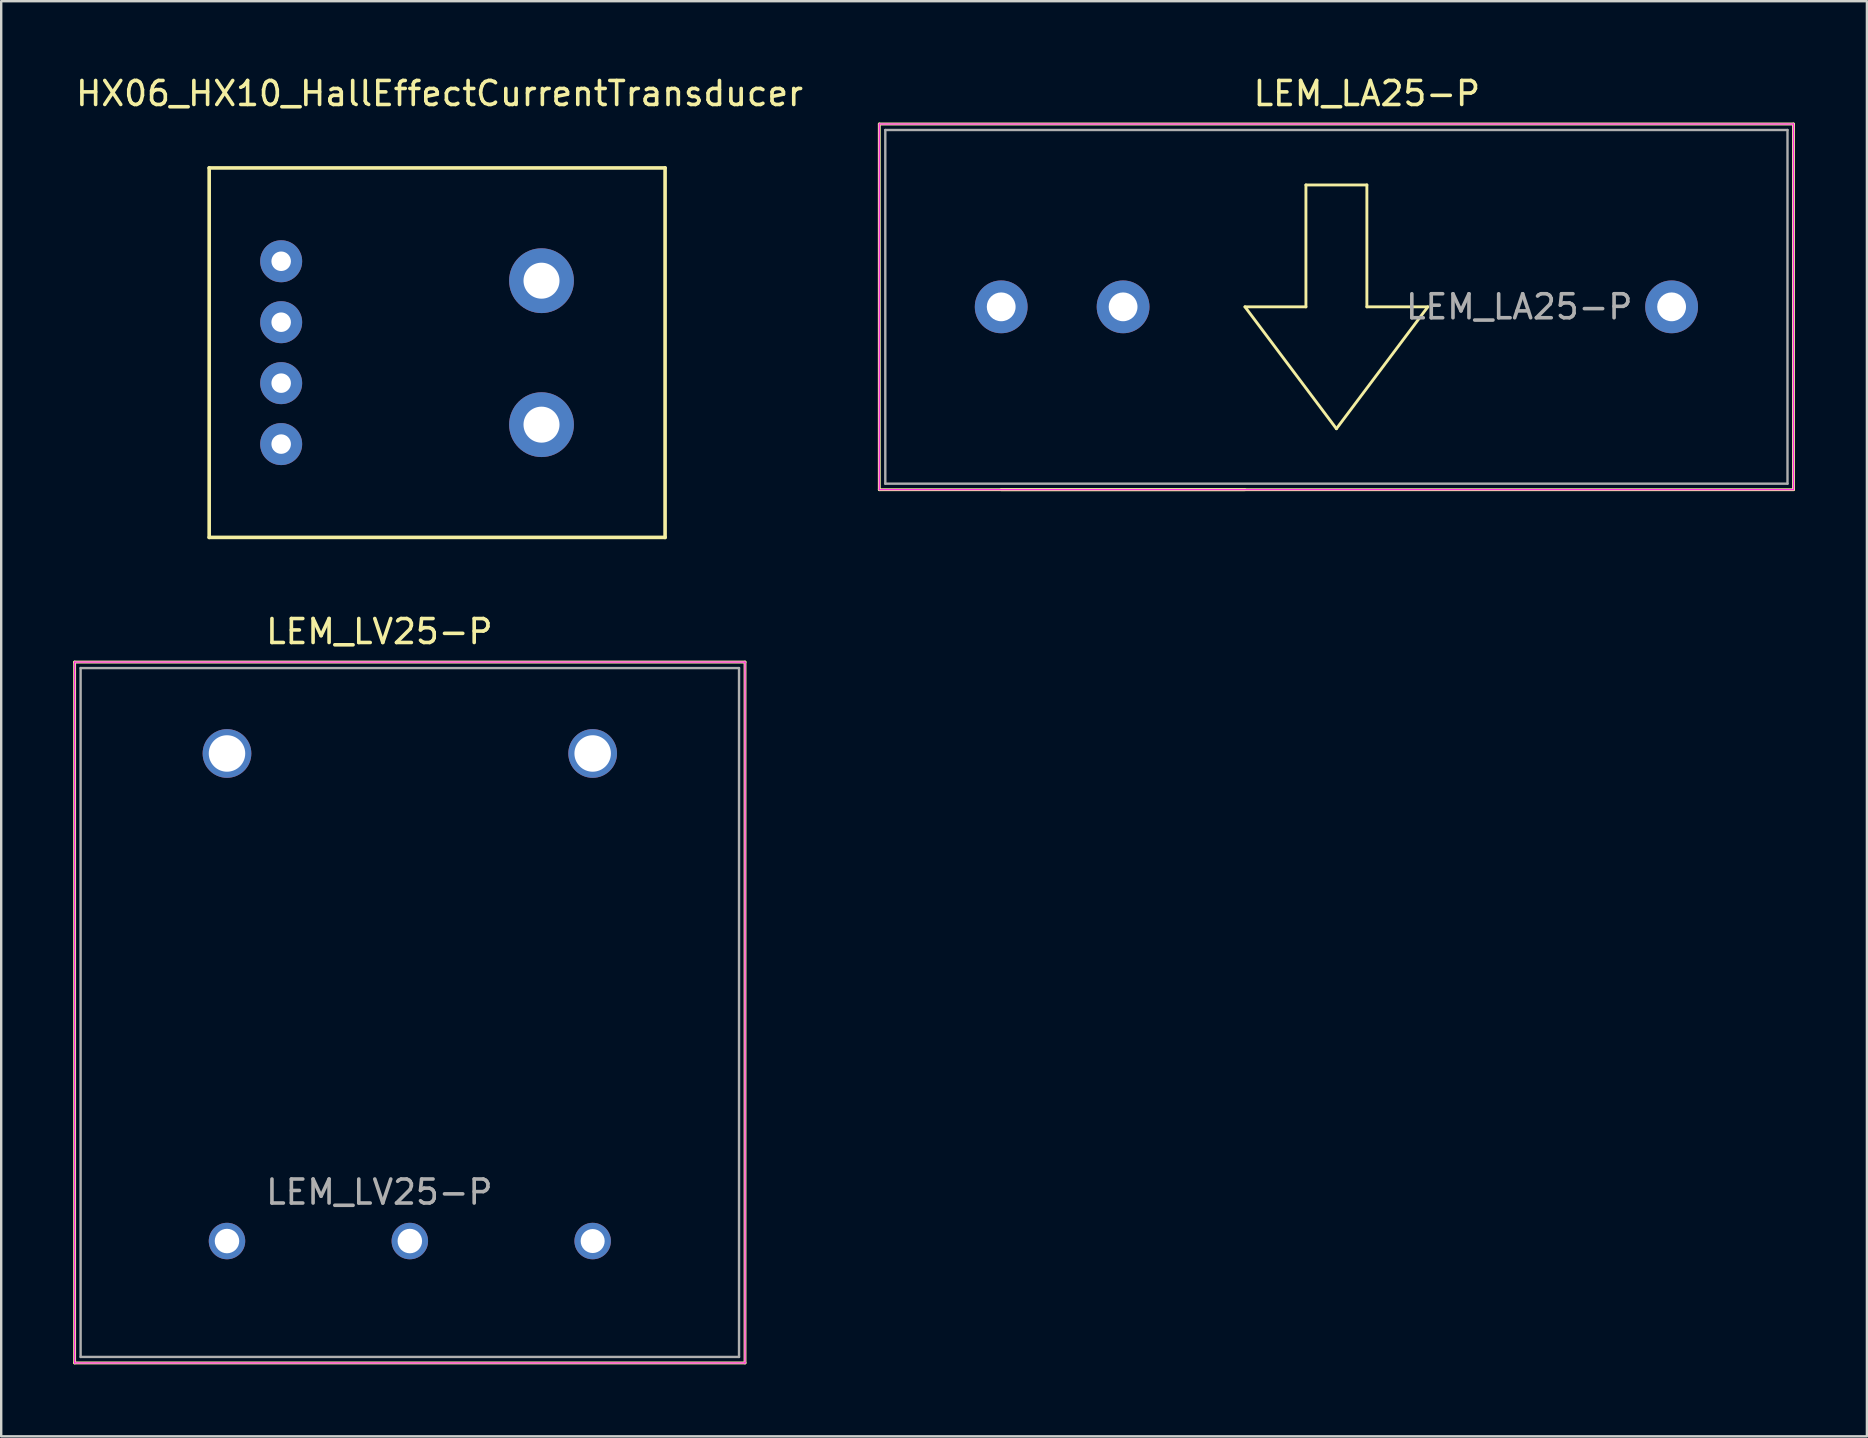
<source format=kicad_pcb>
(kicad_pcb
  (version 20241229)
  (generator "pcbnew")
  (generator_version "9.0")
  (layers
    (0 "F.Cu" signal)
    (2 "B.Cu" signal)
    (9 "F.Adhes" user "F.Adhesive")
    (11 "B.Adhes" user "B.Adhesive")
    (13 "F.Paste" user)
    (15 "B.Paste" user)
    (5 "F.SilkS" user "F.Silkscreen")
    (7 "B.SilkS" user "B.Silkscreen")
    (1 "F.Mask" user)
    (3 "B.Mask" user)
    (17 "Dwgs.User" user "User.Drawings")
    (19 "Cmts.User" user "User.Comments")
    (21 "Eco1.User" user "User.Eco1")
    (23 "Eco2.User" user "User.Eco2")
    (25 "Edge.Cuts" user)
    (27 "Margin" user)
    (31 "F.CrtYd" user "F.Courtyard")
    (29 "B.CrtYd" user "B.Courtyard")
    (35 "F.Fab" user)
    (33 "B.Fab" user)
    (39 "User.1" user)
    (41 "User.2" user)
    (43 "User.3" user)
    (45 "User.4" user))
  (footprint "HX06_HX10_HallEffectCurrentTransducer"
    (layer "F.Cu")
    (at 15.168 11.648)
    (property "Reference" "HX06_HX10_HallEffectCurrentTransducer" (at 0.1 -10.8 0) (layer "F.SilkS") (effects (font (size 1 1) (thickness 0.15))))
    (attr through_hole)
    (fp_line (start -9.5 -7.7) (end -9.5 7.7) (stroke (width 0.15) (type solid)) (layer "F.SilkS"))
    (fp_line (start -9.5 7.7) (end 9.5 7.7) (stroke (width 0.15) (type solid)) (layer "F.SilkS"))
    (fp_line (start 9.5 -7.7) (end -9.5 -7.7) (stroke (width 0.15) (type solid)) (layer "F.SilkS"))
    (fp_line (start 9.5 7.7) (end 9.5 -7.7) (stroke (width 0.15) (type solid)) (layer "F.SilkS"))
    (pad "1" thru_hole circle (at -6.5 -3.81) (size 1.75 1.75) (drill 0.813) (layers "*.Cu" "*.Mask"))
    (pad "2" thru_hole circle (at -6.5 -1.27) (size 1.75 1.75) (drill 0.813) (layers "*.Cu" "*.Mask"))
    (pad "3" thru_hole circle (at -6.5 1.27) (size 1.75 1.75) (drill 0.813) (layers "*.Cu" "*.Mask"))
    (pad "4" thru_hole circle (at -6.5 3.81) (size 1.75 1.75) (drill 0.813) (layers "*.Cu" "*.Mask"))
    (pad "5" thru_hole circle (at 4.35 -3) (size 2.7 2.7) (drill 1.5) (layers "*.Cu" "*.Mask"))
    (pad "6" thru_hole circle (at 4.35 3) (size 2.7 2.7) (drill 1.5) (layers "*.Cu" "*.Mask")))
  (footprint "LEM_LV25-P"
    (layer "F.Cu")
    (at 21.65 28.352)
    (property "Reference" "LEM_LV25-P" (at -8.89 -5.08 0) (layer "F.SilkS") (effects (font (size 1 1) (thickness 0.15))))
    (attr through_hole)
    (fp_line (start -21.59 -3.81) (end 6.35 -3.81) (stroke (width 0.12) (type solid)) (layer "F.SilkS"))
    (fp_line (start -21.59 25.4) (end -21.59 -3.81) (stroke (width 0.12) (type solid)) (layer "F.SilkS"))
    (fp_line (start 6.35 -3.81) (end 6.35 25.4) (stroke (width 0.12) (type solid)) (layer "F.SilkS"))
    (fp_line (start 6.35 25.4) (end -21.59 25.4) (stroke (width 0.12) (type solid)) (layer "F.SilkS"))
    (fp_line (start -21.59 -3.81) (end -21.59 25.4) (stroke (width 0.05) (type solid)) (layer "F.CrtYd"))
    (fp_line (start -21.59 -3.81) (end 6.35 -3.81) (stroke (width 0.05) (type solid)) (layer "F.CrtYd"))
    (fp_line (start 6.35 25.4) (end -21.59 25.4) (stroke (width 0.05) (type solid)) (layer "F.CrtYd"))
    (fp_line (start 6.35 25.4) (end 6.35 -3.81) (stroke (width 0.05) (type solid)) (layer "F.CrtYd"))
    (fp_line (start -21.34 -3.56) (end 6.1 -3.56) (stroke (width 0.1) (type solid)) (layer "F.Fab"))
    (fp_line (start -21.34 25.15) (end -21.34 -3.56) (stroke (width 0.1) (type solid)) (layer "F.Fab"))
    (fp_line (start 6.1 -3.56) (end 6.1 25.15) (stroke (width 0.1) (type solid)) (layer "F.Fab"))
    (fp_line (start 6.1 25.15) (end -21.34 25.15) (stroke (width 0.1) (type solid)) (layer "F.Fab"))
    (fp_text user "${REFERENCE}" (at -8.89 18.28 0) (layer "F.Fab") (effects (font (size 1 1) (thickness 0.15))))
    (pad "1" thru_hole circle (at 0 0) (size 2.03 2.03) (drill 1.52) (layers "*.Cu" "*.Mask"))
    (pad "3" thru_hole circle (at -15.24 0) (size 2.03 2.03) (drill 1.52) (layers "*.Cu" "*.Mask"))
    (pad "4" thru_hole circle (at -15.24 20.32) (size 1.52 1.52) (drill 1.02) (layers "*.Cu" "*.Mask"))
    (pad "5" thru_hole circle (at -7.62 20.32) (size 1.52 1.52) (drill 1.02) (layers "*.Cu" "*.Mask"))
    (pad "6" thru_hole circle (at 0 20.32) (size 1.52 1.52) (drill 1) (layers "*.Cu" "*.Mask")))
  (footprint "LEM_LA25-P"
    (layer "F.Cu")
    (at 38.676 9.738)
    (property "Reference" "LEM_LA25-P" (at 15.24 -8.89 0) (layer "F.SilkS") (effects (font (size 1 1) (thickness 0.15))))
    (attr through_hole)
    (fp_line (start -5.08 -7.62) (end -5.08 7.62) (stroke (width 0.12) (type solid)) (layer "F.SilkS"))
    (fp_line (start -5.08 7.62) (end 33.02 7.62) (stroke (width 0.12) (type solid)) (layer "F.SilkS"))
    (fp_line (start 0 7.62) (end 10.16 7.62) (stroke (width 0.12) (type solid)) (layer "F.SilkS"))
    (fp_line (start 10.16 0) (end 13.97 5.08) (stroke (width 0.12) (type solid)) (layer "F.SilkS"))
    (fp_line (start 12.7 -5.08) (end 12.7 0) (stroke (width 0.12) (type solid)) (layer "F.SilkS"))
    (fp_line (start 12.7 0) (end 10.16 0) (stroke (width 0.12) (type solid)) (layer "F.SilkS"))
    (fp_line (start 13.97 5.08) (end 17.78 0) (stroke (width 0.12) (type solid)) (layer "F.SilkS"))
    (fp_line (start 15.24 -5.08) (end 12.7 -5.08) (stroke (width 0.12) (type solid)) (layer "F.SilkS"))
    (fp_line (start 15.24 0) (end 15.24 -5.08) (stroke (width 0.12) (type solid)) (layer "F.SilkS"))
    (fp_line (start 17.78 0) (end 15.24 0) (stroke (width 0.12) (type solid)) (layer "F.SilkS"))
    (fp_line (start 33.02 -7.62) (end -5.08 -7.62) (stroke (width 0.12) (type solid)) (layer "F.SilkS"))
    (fp_line (start 33.02 7.62) (end 33.02 -7.62) (stroke (width 0.12) (type solid)) (layer "F.SilkS"))
    (fp_line (start -5.08 -7.62) (end -5.08 7.62) (stroke (width 0.05) (type solid)) (layer "F.CrtYd"))
    (fp_line (start -5.08 -7.62) (end 33.02 -7.62) (stroke (width 0.05) (type solid)) (layer "F.CrtYd"))
    (fp_line (start 33.02 7.62) (end -5.08 7.62) (stroke (width 0.05) (type solid)) (layer "F.CrtYd"))
    (fp_line (start 33.02 7.62) (end 33.02 -7.62) (stroke (width 0.05) (type solid)) (layer "F.CrtYd"))
    (fp_line (start -4.83 -7.37) (end 32.77 -7.37) (stroke (width 0.1) (type solid)) (layer "F.Fab"))
    (fp_line (start -4.83 7.37) (end -4.83 -7.37) (stroke (width 0.1) (type solid)) (layer "F.Fab"))
    (fp_line (start 32.77 -7.37) (end 32.77 7.37) (stroke (width 0.1) (type solid)) (layer "F.Fab"))
    (fp_line (start 32.77 7.37) (end -4.83 7.37) (stroke (width 0.1) (type solid)) (layer "F.Fab"))
    (fp_text user "${REFERENCE}" (at 21.59 0 0) (layer "F.Fab") (effects (font (size 1 1) (thickness 0.15))))
    (pad "1" thru_hole circle (at 0 0) (size 2.2 2.2) (drill 1.2) (layers "*.Cu" "*.Mask"))
    (pad "2" thru_hole circle (at 5.08 0) (size 2.2 2.2) (drill 1.2) (layers "*.Cu" "*.Mask"))
    (pad "3" thru_hole circle (at 27.94 0) (size 2.2 2.2) (drill 1.2) (layers "*.Cu" "*.Mask")))
  (gr_rect
    (start -3 -3)
    (end 74.756 56.812)
    (stroke (width 0.1) (type default))
    (fill no)
    (layer "Edge.Cuts")))
</source>
